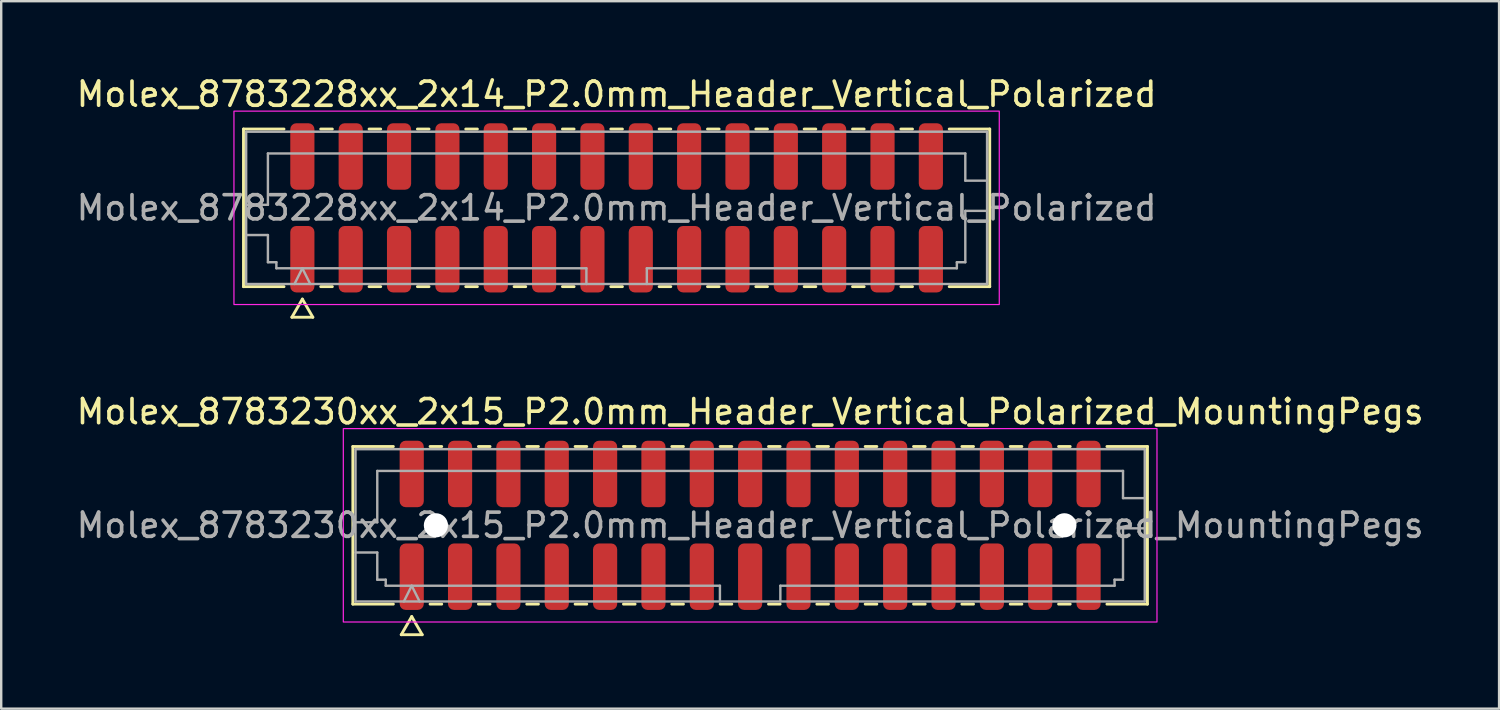
<source format=kicad_pcb>
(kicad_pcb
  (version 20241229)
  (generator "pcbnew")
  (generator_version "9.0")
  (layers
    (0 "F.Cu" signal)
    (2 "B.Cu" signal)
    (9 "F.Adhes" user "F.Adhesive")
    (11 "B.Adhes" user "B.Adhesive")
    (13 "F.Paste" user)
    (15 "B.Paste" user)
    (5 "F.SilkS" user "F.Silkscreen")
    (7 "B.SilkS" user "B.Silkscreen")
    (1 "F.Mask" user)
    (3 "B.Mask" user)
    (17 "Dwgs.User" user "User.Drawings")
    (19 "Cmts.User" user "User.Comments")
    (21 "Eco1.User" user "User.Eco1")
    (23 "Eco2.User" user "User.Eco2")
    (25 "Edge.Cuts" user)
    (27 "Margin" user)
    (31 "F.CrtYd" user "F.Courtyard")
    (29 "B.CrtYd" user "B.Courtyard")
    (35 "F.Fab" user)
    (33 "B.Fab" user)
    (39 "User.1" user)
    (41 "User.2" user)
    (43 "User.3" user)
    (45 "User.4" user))
  (footprint "Molex_8783230xx_2x15_P2.0mm_Header_Vertical_Polarized_MountingPegs"
    (layer "F.Cu")
    (at 27.982 18.681)
    (property "Reference" "Molex_8783230xx_2x15_P2.0mm_Header_Vertical_Polarized_MountingPegs" (at 0 -4.7 0) (layer "F.SilkS") (effects (font (size 1 1) (thickness 0.15))))
    (attr smd)
    (fp_line (start -16.435 -3.26) (end -14.76 -3.26) (stroke (width 0.12) (type solid)) (layer "F.SilkS"))
    (fp_line (start -16.435 3.26) (end -16.435 -3.26) (stroke (width 0.12) (type solid)) (layer "F.SilkS"))
    (fp_line (start -14.76 3.26) (end -16.435 3.26) (stroke (width 0.12) (type solid)) (layer "F.SilkS"))
    (fp_line (start -14.433 4.525) (end -14 3.775) (stroke (width 0.12) (type solid)) (layer "F.SilkS"))
    (fp_line (start -14 3.775) (end -13.567 4.525) (stroke (width 0.12) (type solid)) (layer "F.SilkS"))
    (fp_line (start -13.567 4.525) (end -14.433 4.525) (stroke (width 0.12) (type solid)) (layer "F.SilkS"))
    (fp_line (start -13.24 -3.26) (end -12.76 -3.26) (stroke (width 0.12) (type solid)) (layer "F.SilkS"))
    (fp_line (start -12.76 3.26) (end -13.24 3.26) (stroke (width 0.12) (type solid)) (layer "F.SilkS"))
    (fp_line (start -11.24 -3.26) (end -10.76 -3.26) (stroke (width 0.12) (type solid)) (layer "F.SilkS"))
    (fp_line (start -10.76 3.26) (end -11.24 3.26) (stroke (width 0.12) (type solid)) (layer "F.SilkS"))
    (fp_line (start -9.24 -3.26) (end -8.76 -3.26) (stroke (width 0.12) (type solid)) (layer "F.SilkS"))
    (fp_line (start -8.76 3.26) (end -9.24 3.26) (stroke (width 0.12) (type solid)) (layer "F.SilkS"))
    (fp_line (start -7.24 -3.26) (end -6.76 -3.26) (stroke (width 0.12) (type solid)) (layer "F.SilkS"))
    (fp_line (start -6.76 3.26) (end -7.24 3.26) (stroke (width 0.12) (type solid)) (layer "F.SilkS"))
    (fp_line (start -5.24 -3.26) (end -4.76 -3.26) (stroke (width 0.12) (type solid)) (layer "F.SilkS"))
    (fp_line (start -4.76 3.26) (end -5.24 3.26) (stroke (width 0.12) (type solid)) (layer "F.SilkS"))
    (fp_line (start -3.24 -3.26) (end -2.76 -3.26) (stroke (width 0.12) (type solid)) (layer "F.SilkS"))
    (fp_line (start -2.76 3.26) (end -3.24 3.26) (stroke (width 0.12) (type solid)) (layer "F.SilkS"))
    (fp_line (start -1.24 -3.26) (end -0.76 -3.26) (stroke (width 0.12) (type solid)) (layer "F.SilkS"))
    (fp_line (start -0.76 3.26) (end -1.24 3.26) (stroke (width 0.12) (type solid)) (layer "F.SilkS"))
    (fp_line (start 0.76 -3.26) (end 1.24 -3.26) (stroke (width 0.12) (type solid)) (layer "F.SilkS"))
    (fp_line (start 1.24 3.26) (end 0.76 3.26) (stroke (width 0.12) (type solid)) (layer "F.SilkS"))
    (fp_line (start 2.76 -3.26) (end 3.24 -3.26) (stroke (width 0.12) (type solid)) (layer "F.SilkS"))
    (fp_line (start 3.24 3.26) (end 2.76 3.26) (stroke (width 0.12) (type solid)) (layer "F.SilkS"))
    (fp_line (start 4.76 -3.26) (end 5.24 -3.26) (stroke (width 0.12) (type solid)) (layer "F.SilkS"))
    (fp_line (start 5.24 3.26) (end 4.76 3.26) (stroke (width 0.12) (type solid)) (layer "F.SilkS"))
    (fp_line (start 6.76 -3.26) (end 7.24 -3.26) (stroke (width 0.12) (type solid)) (layer "F.SilkS"))
    (fp_line (start 7.24 3.26) (end 6.76 3.26) (stroke (width 0.12) (type solid)) (layer "F.SilkS"))
    (fp_line (start 8.76 -3.26) (end 9.24 -3.26) (stroke (width 0.12) (type solid)) (layer "F.SilkS"))
    (fp_line (start 9.24 3.26) (end 8.76 3.26) (stroke (width 0.12) (type solid)) (layer "F.SilkS"))
    (fp_line (start 10.76 -3.26) (end 11.24 -3.26) (stroke (width 0.12) (type solid)) (layer "F.SilkS"))
    (fp_line (start 11.24 3.26) (end 10.76 3.26) (stroke (width 0.12) (type solid)) (layer "F.SilkS"))
    (fp_line (start 12.76 -3.26) (end 13.24 -3.26) (stroke (width 0.12) (type solid)) (layer "F.SilkS"))
    (fp_line (start 13.24 3.26) (end 12.76 3.26) (stroke (width 0.12) (type solid)) (layer "F.SilkS"))
    (fp_line (start 14.76 -3.26) (end 16.435 -3.26) (stroke (width 0.12) (type solid)) (layer "F.SilkS"))
    (fp_line (start 16.435 -3.26) (end 16.435 3.26) (stroke (width 0.12) (type solid)) (layer "F.SilkS"))
    (fp_line (start 16.435 3.26) (end 14.76 3.26) (stroke (width 0.12) (type solid)) (layer "F.SilkS"))
    (fp_rect (start -16.83 -4) (end 16.83 4) (stroke (width 0.05) (type solid)) (fill no) (layer "F.CrtYd"))
    (fp_line (start -16.325 -3.15) (end 16.325 -3.15) (stroke (width 0.1) (type solid)) (layer "F.Fab"))
    (fp_line (start -16.325 -0.125) (end -15.425 -0.125) (stroke (width 0.1) (type solid)) (layer "F.Fab"))
    (fp_line (start -16.325 1.125) (end -15.425 1.125) (stroke (width 0.1) (type solid)) (layer "F.Fab"))
    (fp_line (start -16.325 3.15) (end -16.325 -3.15) (stroke (width 0.1) (type solid)) (layer "F.Fab"))
    (fp_line (start -15.425 -2.25) (end 15.425 -2.25) (stroke (width 0.1) (type solid)) (layer "F.Fab"))
    (fp_line (start -15.425 -0.125) (end -15.425 -2.25) (stroke (width 0.1) (type solid)) (layer "F.Fab"))
    (fp_line (start -15.425 1.125) (end -15.425 2.25) (stroke (width 0.1) (type solid)) (layer "F.Fab"))
    (fp_line (start -15.425 2.25) (end -15.075 2.25) (stroke (width 0.1) (type solid)) (layer "F.Fab"))
    (fp_line (start -15.075 2.25) (end -15.075 2.5) (stroke (width 0.1) (type solid)) (layer "F.Fab"))
    (fp_line (start -15.075 2.5) (end -1.25 2.5) (stroke (width 0.1) (type solid)) (layer "F.Fab"))
    (fp_line (start -14.325 3.15) (end -14 2.5) (stroke (width 0.1) (type solid)) (layer "F.Fab"))
    (fp_line (start -14 2.5) (end -13.675 3.15) (stroke (width 0.1) (type solid)) (layer "F.Fab"))
    (fp_line (start -1.25 2.5) (end -1.25 3.15) (stroke (width 0.1) (type solid)) (layer "F.Fab"))
    (fp_line (start 1.25 2.5) (end 1.25 3.15) (stroke (width 0.1) (type solid)) (layer "F.Fab"))
    (fp_line (start 1.25 2.5) (end 15.075 2.5) (stroke (width 0.1) (type solid)) (layer "F.Fab"))
    (fp_line (start 15.075 2.25) (end 15.425 2.25) (stroke (width 0.1) (type solid)) (layer "F.Fab"))
    (fp_line (start 15.075 2.5) (end 15.075 2.25) (stroke (width 0.1) (type solid)) (layer "F.Fab"))
    (fp_line (start 15.425 -2.25) (end 15.425 -1.125) (stroke (width 0.1) (type solid)) (layer "F.Fab"))
    (fp_line (start 15.425 -1.125) (end 16.325 -1.125) (stroke (width 0.1) (type solid)) (layer "F.Fab"))
    (fp_line (start 15.425 0.125) (end 16.325 0.125) (stroke (width 0.1) (type solid)) (layer "F.Fab"))
    (fp_line (start 15.425 2.25) (end 15.425 0.125) (stroke (width 0.1) (type solid)) (layer "F.Fab"))
    (fp_line (start 16.325 -3.15) (end 16.325 3.15) (stroke (width 0.1) (type solid)) (layer "F.Fab"))
    (fp_line (start 16.325 3.15) (end -16.325 3.15) (stroke (width 0.1) (type solid)) (layer "F.Fab"))
    (fp_text user "${REFERENCE}" (at 0 0 0) (layer "F.Fab") (effects (font (size 1 1) (thickness 0.15))))
    (pad "" np_thru_hole circle (at -13 0) (size 1 1) (drill 1) (layers "*.Cu" "*.Mask"))
    (pad "" np_thru_hole circle (at 13 0) (size 1 1) (drill 1) (layers "*.Cu" "*.Mask"))
    (pad "1" smd roundrect (at -14 2.125) (size 1 2.75) (layers "F.Cu" "F.Mask" "F.Paste") (roundrect_rratio 0.25))
    (pad "2" smd roundrect (at -14 -2.125) (size 1 2.75) (layers "F.Cu" "F.Mask" "F.Paste") (roundrect_rratio 0.25))
    (pad "3" smd roundrect (at -12 2.125) (size 1 2.75) (layers "F.Cu" "F.Mask" "F.Paste") (roundrect_rratio 0.25))
    (pad "4" smd roundrect (at -12 -2.125) (size 1 2.75) (layers "F.Cu" "F.Mask" "F.Paste") (roundrect_rratio 0.25))
    (pad "5" smd roundrect (at -10 2.125) (size 1 2.75) (layers "F.Cu" "F.Mask" "F.Paste") (roundrect_rratio 0.25))
    (pad "6" smd roundrect (at -10 -2.125) (size 1 2.75) (layers "F.Cu" "F.Mask" "F.Paste") (roundrect_rratio 0.25))
    (pad "7" smd roundrect (at -8 2.125) (size 1 2.75) (layers "F.Cu" "F.Mask" "F.Paste") (roundrect_rratio 0.25))
    (pad "8" smd roundrect (at -8 -2.125) (size 1 2.75) (layers "F.Cu" "F.Mask" "F.Paste") (roundrect_rratio 0.25))
    (pad "9" smd roundrect (at -6 2.125) (size 1 2.75) (layers "F.Cu" "F.Mask" "F.Paste") (roundrect_rratio 0.25))
    (pad "10" smd roundrect (at -6 -2.125) (size 1 2.75) (layers "F.Cu" "F.Mask" "F.Paste") (roundrect_rratio 0.25))
    (pad "11" smd roundrect (at -4 2.125) (size 1 2.75) (layers "F.Cu" "F.Mask" "F.Paste") (roundrect_rratio 0.25))
    (pad "12" smd roundrect (at -4 -2.125) (size 1 2.75) (layers "F.Cu" "F.Mask" "F.Paste") (roundrect_rratio 0.25))
    (pad "13" smd roundrect (at -2 2.125) (size 1 2.75) (layers "F.Cu" "F.Mask" "F.Paste") (roundrect_rratio 0.25))
    (pad "14" smd roundrect (at -2 -2.125) (size 1 2.75) (layers "F.Cu" "F.Mask" "F.Paste") (roundrect_rratio 0.25))
    (pad "15" smd roundrect (at 0 2.125) (size 1 2.75) (layers "F.Cu" "F.Mask" "F.Paste") (roundrect_rratio 0.25))
    (pad "16" smd roundrect (at 0 -2.125) (size 1 2.75) (layers "F.Cu" "F.Mask" "F.Paste") (roundrect_rratio 0.25))
    (pad "17" smd roundrect (at 2 2.125) (size 1 2.75) (layers "F.Cu" "F.Mask" "F.Paste") (roundrect_rratio 0.25))
    (pad "18" smd roundrect (at 2 -2.125) (size 1 2.75) (layers "F.Cu" "F.Mask" "F.Paste") (roundrect_rratio 0.25))
    (pad "19" smd roundrect (at 4 2.125) (size 1 2.75) (layers "F.Cu" "F.Mask" "F.Paste") (roundrect_rratio 0.25))
    (pad "20" smd roundrect (at 4 -2.125) (size 1 2.75) (layers "F.Cu" "F.Mask" "F.Paste") (roundrect_rratio 0.25))
    (pad "21" smd roundrect (at 6 2.125) (size 1 2.75) (layers "F.Cu" "F.Mask" "F.Paste") (roundrect_rratio 0.25))
    (pad "22" smd roundrect (at 6 -2.125) (size 1 2.75) (layers "F.Cu" "F.Mask" "F.Paste") (roundrect_rratio 0.25))
    (pad "23" smd roundrect (at 8 2.125) (size 1 2.75) (layers "F.Cu" "F.Mask" "F.Paste") (roundrect_rratio 0.25))
    (pad "24" smd roundrect (at 8 -2.125) (size 1 2.75) (layers "F.Cu" "F.Mask" "F.Paste") (roundrect_rratio 0.25))
    (pad "25" smd roundrect (at 10 2.125) (size 1 2.75) (layers "F.Cu" "F.Mask" "F.Paste") (roundrect_rratio 0.25))
    (pad "26" smd roundrect (at 10 -2.125) (size 1 2.75) (layers "F.Cu" "F.Mask" "F.Paste") (roundrect_rratio 0.25))
    (pad "27" smd roundrect (at 12 2.125) (size 1 2.75) (layers "F.Cu" "F.Mask" "F.Paste") (roundrect_rratio 0.25))
    (pad "28" smd roundrect (at 12 -2.125) (size 1 2.75) (layers "F.Cu" "F.Mask" "F.Paste") (roundrect_rratio 0.25))
    (pad "29" smd roundrect (at 14 2.125) (size 1 2.75) (layers "F.Cu" "F.Mask" "F.Paste") (roundrect_rratio 0.25))
    (pad "30" smd roundrect (at 14 -2.125) (size 1 2.75) (layers "F.Cu" "F.Mask" "F.Paste") (roundrect_rratio 0.25)))
  (footprint "Molex_8783228xx_2x14_P2.0mm_Header_Vertical_Polarized"
    (layer "F.Cu")
    (at 22.458 5.548)
    (property "Reference" "Molex_8783228xx_2x14_P2.0mm_Header_Vertical_Polarized" (at 0 -4.7 0) (layer "F.SilkS") (effects (font (size 1 1) (thickness 0.15))))
    (attr smd)
    (fp_line (start -15.435 -3.26) (end -13.76 -3.26) (stroke (width 0.12) (type solid)) (layer "F.SilkS"))
    (fp_line (start -15.435 3.26) (end -15.435 -3.26) (stroke (width 0.12) (type solid)) (layer "F.SilkS"))
    (fp_line (start -13.76 3.26) (end -15.435 3.26) (stroke (width 0.12) (type solid)) (layer "F.SilkS"))
    (fp_line (start -13.433 4.525) (end -13 3.775) (stroke (width 0.12) (type solid)) (layer "F.SilkS"))
    (fp_line (start -13 3.775) (end -12.567 4.525) (stroke (width 0.12) (type solid)) (layer "F.SilkS"))
    (fp_line (start -12.567 4.525) (end -13.433 4.525) (stroke (width 0.12) (type solid)) (layer "F.SilkS"))
    (fp_line (start -12.24 -3.26) (end -11.76 -3.26) (stroke (width 0.12) (type solid)) (layer "F.SilkS"))
    (fp_line (start -11.76 3.26) (end -12.24 3.26) (stroke (width 0.12) (type solid)) (layer "F.SilkS"))
    (fp_line (start -10.24 -3.26) (end -9.76 -3.26) (stroke (width 0.12) (type solid)) (layer "F.SilkS"))
    (fp_line (start -9.76 3.26) (end -10.24 3.26) (stroke (width 0.12) (type solid)) (layer "F.SilkS"))
    (fp_line (start -8.24 -3.26) (end -7.76 -3.26) (stroke (width 0.12) (type solid)) (layer "F.SilkS"))
    (fp_line (start -7.76 3.26) (end -8.24 3.26) (stroke (width 0.12) (type solid)) (layer "F.SilkS"))
    (fp_line (start -6.24 -3.26) (end -5.76 -3.26) (stroke (width 0.12) (type solid)) (layer "F.SilkS"))
    (fp_line (start -5.76 3.26) (end -6.24 3.26) (stroke (width 0.12) (type solid)) (layer "F.SilkS"))
    (fp_line (start -4.24 -3.26) (end -3.76 -3.26) (stroke (width 0.12) (type solid)) (layer "F.SilkS"))
    (fp_line (start -3.76 3.26) (end -4.24 3.26) (stroke (width 0.12) (type solid)) (layer "F.SilkS"))
    (fp_line (start -2.24 -3.26) (end -1.76 -3.26) (stroke (width 0.12) (type solid)) (layer "F.SilkS"))
    (fp_line (start -1.76 3.26) (end -2.24 3.26) (stroke (width 0.12) (type solid)) (layer "F.SilkS"))
    (fp_line (start -0.24 -3.26) (end 0.24 -3.26) (stroke (width 0.12) (type solid)) (layer "F.SilkS"))
    (fp_line (start 0.24 3.26) (end -0.24 3.26) (stroke (width 0.12) (type solid)) (layer "F.SilkS"))
    (fp_line (start 1.76 -3.26) (end 2.24 -3.26) (stroke (width 0.12) (type solid)) (layer "F.SilkS"))
    (fp_line (start 2.24 3.26) (end 1.76 3.26) (stroke (width 0.12) (type solid)) (layer "F.SilkS"))
    (fp_line (start 3.76 -3.26) (end 4.24 -3.26) (stroke (width 0.12) (type solid)) (layer "F.SilkS"))
    (fp_line (start 4.24 3.26) (end 3.76 3.26) (stroke (width 0.12) (type solid)) (layer "F.SilkS"))
    (fp_line (start 5.76 -3.26) (end 6.24 -3.26) (stroke (width 0.12) (type solid)) (layer "F.SilkS"))
    (fp_line (start 6.24 3.26) (end 5.76 3.26) (stroke (width 0.12) (type solid)) (layer "F.SilkS"))
    (fp_line (start 7.76 -3.26) (end 8.24 -3.26) (stroke (width 0.12) (type solid)) (layer "F.SilkS"))
    (fp_line (start 8.24 3.26) (end 7.76 3.26) (stroke (width 0.12) (type solid)) (layer "F.SilkS"))
    (fp_line (start 9.76 -3.26) (end 10.24 -3.26) (stroke (width 0.12) (type solid)) (layer "F.SilkS"))
    (fp_line (start 10.24 3.26) (end 9.76 3.26) (stroke (width 0.12) (type solid)) (layer "F.SilkS"))
    (fp_line (start 11.76 -3.26) (end 12.24 -3.26) (stroke (width 0.12) (type solid)) (layer "F.SilkS"))
    (fp_line (start 12.24 3.26) (end 11.76 3.26) (stroke (width 0.12) (type solid)) (layer "F.SilkS"))
    (fp_line (start 13.76 -3.26) (end 15.435 -3.26) (stroke (width 0.12) (type solid)) (layer "F.SilkS"))
    (fp_line (start 15.435 -3.26) (end 15.435 3.26) (stroke (width 0.12) (type solid)) (layer "F.SilkS"))
    (fp_line (start 15.435 3.26) (end 13.76 3.26) (stroke (width 0.12) (type solid)) (layer "F.SilkS"))
    (fp_rect (start -15.83 -4) (end 15.83 4) (stroke (width 0.05) (type solid)) (fill no) (layer "F.CrtYd"))
    (fp_line (start -15.325 -3.15) (end 15.325 -3.15) (stroke (width 0.1) (type solid)) (layer "F.Fab"))
    (fp_line (start -15.325 -0.125) (end -14.425 -0.125) (stroke (width 0.1) (type solid)) (layer "F.Fab"))
    (fp_line (start -15.325 1.125) (end -14.425 1.125) (stroke (width 0.1) (type solid)) (layer "F.Fab"))
    (fp_line (start -15.325 3.15) (end -15.325 -3.15) (stroke (width 0.1) (type solid)) (layer "F.Fab"))
    (fp_line (start -14.425 -2.25) (end 14.425 -2.25) (stroke (width 0.1) (type solid)) (layer "F.Fab"))
    (fp_line (start -14.425 -0.125) (end -14.425 -2.25) (stroke (width 0.1) (type solid)) (layer "F.Fab"))
    (fp_line (start -14.425 1.125) (end -14.425 2.25) (stroke (width 0.1) (type solid)) (layer "F.Fab"))
    (fp_line (start -14.425 2.25) (end -14.075 2.25) (stroke (width 0.1) (type solid)) (layer "F.Fab"))
    (fp_line (start -14.075 2.25) (end -14.075 2.5) (stroke (width 0.1) (type solid)) (layer "F.Fab"))
    (fp_line (start -14.075 2.5) (end -1.25 2.5) (stroke (width 0.1) (type solid)) (layer "F.Fab"))
    (fp_line (start -13.325 3.15) (end -13 2.5) (stroke (width 0.1) (type solid)) (layer "F.Fab"))
    (fp_line (start -13 2.5) (end -12.675 3.15) (stroke (width 0.1) (type solid)) (layer "F.Fab"))
    (fp_line (start -1.25 2.5) (end -1.25 3.15) (stroke (width 0.1) (type solid)) (layer "F.Fab"))
    (fp_line (start 1.25 2.5) (end 1.25 3.15) (stroke (width 0.1) (type solid)) (layer "F.Fab"))
    (fp_line (start 1.25 2.5) (end 14.075 2.5) (stroke (width 0.1) (type solid)) (layer "F.Fab"))
    (fp_line (start 14.075 2.25) (end 14.425 2.25) (stroke (width 0.1) (type solid)) (layer "F.Fab"))
    (fp_line (start 14.075 2.5) (end 14.075 2.25) (stroke (width 0.1) (type solid)) (layer "F.Fab"))
    (fp_line (start 14.425 -2.25) (end 14.425 -1.125) (stroke (width 0.1) (type solid)) (layer "F.Fab"))
    (fp_line (start 14.425 -1.125) (end 15.325 -1.125) (stroke (width 0.1) (type solid)) (layer "F.Fab"))
    (fp_line (start 14.425 0.125) (end 15.325 0.125) (stroke (width 0.1) (type solid)) (layer "F.Fab"))
    (fp_line (start 14.425 2.25) (end 14.425 0.125) (stroke (width 0.1) (type solid)) (layer "F.Fab"))
    (fp_line (start 15.325 -3.15) (end 15.325 3.15) (stroke (width 0.1) (type solid)) (layer "F.Fab"))
    (fp_line (start 15.325 3.15) (end -15.325 3.15) (stroke (width 0.1) (type solid)) (layer "F.Fab"))
    (fp_text user "${REFERENCE}" (at 0 0 0) (layer "F.Fab") (effects (font (size 1 1) (thickness 0.15))))
    (pad "1" smd roundrect (at -13 2.125) (size 1 2.75) (layers "F.Cu" "F.Mask" "F.Paste") (roundrect_rratio 0.25))
    (pad "2" smd roundrect (at -13 -2.125) (size 1 2.75) (layers "F.Cu" "F.Mask" "F.Paste") (roundrect_rratio 0.25))
    (pad "3" smd roundrect (at -11 2.125) (size 1 2.75) (layers "F.Cu" "F.Mask" "F.Paste") (roundrect_rratio 0.25))
    (pad "4" smd roundrect (at -11 -2.125) (size 1 2.75) (layers "F.Cu" "F.Mask" "F.Paste") (roundrect_rratio 0.25))
    (pad "5" smd roundrect (at -9 2.125) (size 1 2.75) (layers "F.Cu" "F.Mask" "F.Paste") (roundrect_rratio 0.25))
    (pad "6" smd roundrect (at -9 -2.125) (size 1 2.75) (layers "F.Cu" "F.Mask" "F.Paste") (roundrect_rratio 0.25))
    (pad "7" smd roundrect (at -7 2.125) (size 1 2.75) (layers "F.Cu" "F.Mask" "F.Paste") (roundrect_rratio 0.25))
    (pad "8" smd roundrect (at -7 -2.125) (size 1 2.75) (layers "F.Cu" "F.Mask" "F.Paste") (roundrect_rratio 0.25))
    (pad "9" smd roundrect (at -5 2.125) (size 1 2.75) (layers "F.Cu" "F.Mask" "F.Paste") (roundrect_rratio 0.25))
    (pad "10" smd roundrect (at -5 -2.125) (size 1 2.75) (layers "F.Cu" "F.Mask" "F.Paste") (roundrect_rratio 0.25))
    (pad "11" smd roundrect (at -3 2.125) (size 1 2.75) (layers "F.Cu" "F.Mask" "F.Paste") (roundrect_rratio 0.25))
    (pad "12" smd roundrect (at -3 -2.125) (size 1 2.75) (layers "F.Cu" "F.Mask" "F.Paste") (roundrect_rratio 0.25))
    (pad "13" smd roundrect (at -1 2.125) (size 1 2.75) (layers "F.Cu" "F.Mask" "F.Paste") (roundrect_rratio 0.25))
    (pad "14" smd roundrect (at -1 -2.125) (size 1 2.75) (layers "F.Cu" "F.Mask" "F.Paste") (roundrect_rratio 0.25))
    (pad "15" smd roundrect (at 1 2.125) (size 1 2.75) (layers "F.Cu" "F.Mask" "F.Paste") (roundrect_rratio 0.25))
    (pad "16" smd roundrect (at 1 -2.125) (size 1 2.75) (layers "F.Cu" "F.Mask" "F.Paste") (roundrect_rratio 0.25))
    (pad "17" smd roundrect (at 3 2.125) (size 1 2.75) (layers "F.Cu" "F.Mask" "F.Paste") (roundrect_rratio 0.25))
    (pad "18" smd roundrect (at 3 -2.125) (size 1 2.75) (layers "F.Cu" "F.Mask" "F.Paste") (roundrect_rratio 0.25))
    (pad "19" smd roundrect (at 5 2.125) (size 1 2.75) (layers "F.Cu" "F.Mask" "F.Paste") (roundrect_rratio 0.25))
    (pad "20" smd roundrect (at 5 -2.125) (size 1 2.75) (layers "F.Cu" "F.Mask" "F.Paste") (roundrect_rratio 0.25))
    (pad "21" smd roundrect (at 7 2.125) (size 1 2.75) (layers "F.Cu" "F.Mask" "F.Paste") (roundrect_rratio 0.25))
    (pad "22" smd roundrect (at 7 -2.125) (size 1 2.75) (layers "F.Cu" "F.Mask" "F.Paste") (roundrect_rratio 0.25))
    (pad "23" smd roundrect (at 9 2.125) (size 1 2.75) (layers "F.Cu" "F.Mask" "F.Paste") (roundrect_rratio 0.25))
    (pad "24" smd roundrect (at 9 -2.125) (size 1 2.75) (layers "F.Cu" "F.Mask" "F.Paste") (roundrect_rratio 0.25))
    (pad "25" smd roundrect (at 11 2.125) (size 1 2.75) (layers "F.Cu" "F.Mask" "F.Paste") (roundrect_rratio 0.25))
    (pad "26" smd roundrect (at 11 -2.125) (size 1 2.75) (layers "F.Cu" "F.Mask" "F.Paste") (roundrect_rratio 0.25))
    (pad "27" smd roundrect (at 13 2.125) (size 1 2.75) (layers "F.Cu" "F.Mask" "F.Paste") (roundrect_rratio 0.25))
    (pad "28" smd roundrect (at 13 -2.125) (size 1 2.75) (layers "F.Cu" "F.Mask" "F.Paste") (roundrect_rratio 0.25)))
  (gr_rect
    (start -3 -3)
    (end 58.964 26.267)
    (stroke (width 0.1) (type default))
    (fill no)
    (layer "Edge.Cuts")))
</source>
